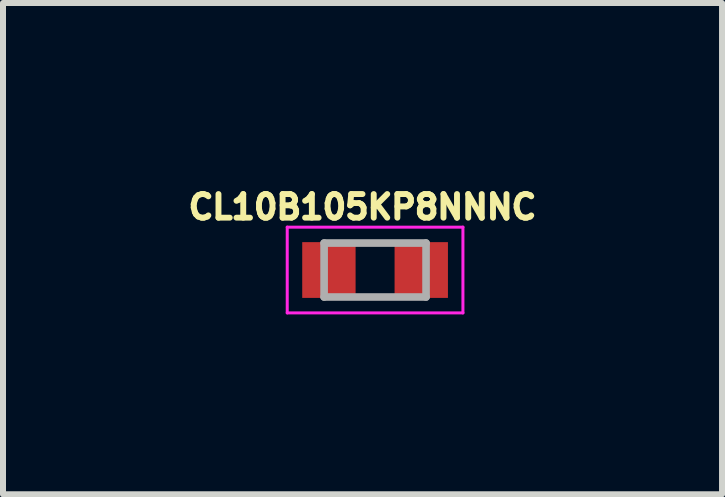
<source format=kicad_pcb>
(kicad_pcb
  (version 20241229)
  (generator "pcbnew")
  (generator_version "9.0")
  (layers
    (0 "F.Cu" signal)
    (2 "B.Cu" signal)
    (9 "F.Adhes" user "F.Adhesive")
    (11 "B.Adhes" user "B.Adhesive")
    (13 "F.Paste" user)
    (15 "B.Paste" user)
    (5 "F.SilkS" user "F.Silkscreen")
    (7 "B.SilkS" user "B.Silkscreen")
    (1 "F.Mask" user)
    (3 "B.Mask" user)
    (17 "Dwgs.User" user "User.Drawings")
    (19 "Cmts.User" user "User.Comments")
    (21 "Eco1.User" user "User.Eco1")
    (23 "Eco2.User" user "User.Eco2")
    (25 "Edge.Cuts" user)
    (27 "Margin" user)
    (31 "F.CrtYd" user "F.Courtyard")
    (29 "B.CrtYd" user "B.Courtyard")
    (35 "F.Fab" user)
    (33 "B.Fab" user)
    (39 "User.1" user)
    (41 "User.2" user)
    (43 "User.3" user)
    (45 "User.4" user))
  (footprint "CL10B105KP8NNNC"
    (layer "F.Cu")
    (at 3.205 1.453)
    (property "Reference" "CL10B105KP8NNNC" (at -0.21 -1.05 0) (layer "F.SilkS") (effects (font (size 0.394 0.394) (thickness 0.15))))
    (attr smd)
    (fp_line (start -1.465 -0.715) (end 1.465 -0.715) (stroke (width 0.05) (type solid)) (layer "F.CrtYd"))
    (fp_line (start -1.465 0.715) (end -1.465 -0.715) (stroke (width 0.05) (type solid)) (layer "F.CrtYd"))
    (fp_line (start -1.465 0.715) (end 1.465 0.715) (stroke (width 0.05) (type solid)) (layer "F.CrtYd"))
    (fp_line (start 1.465 0.715) (end 1.465 -0.715) (stroke (width 0.05) (type solid)) (layer "F.CrtYd"))
    (fp_line (start -0.85 0.45) (end -0.85 -0.45) (stroke (width 0.127) (type solid)) (layer "F.Fab"))
    (fp_line (start 0.85 -0.45) (end -0.85 -0.45) (stroke (width 0.127) (type solid)) (layer "F.Fab"))
    (fp_line (start 0.85 0.45) (end -0.85 0.45) (stroke (width 0.127) (type solid)) (layer "F.Fab"))
    (fp_line (start 0.85 0.45) (end 0.85 -0.45) (stroke (width 0.127) (type solid)) (layer "F.Fab"))
    (pad "1" smd rect (at -0.77 0) (size 0.89 0.93) (layers "F.Cu" "F.Mask" "F.Paste"))
    (pad "2" smd rect (at 0.77 0) (size 0.89 0.93) (layers "F.Cu" "F.Mask" "F.Paste")))
  (gr_rect
    (start -3 -3)
    (end 8.991 5.193)
    (stroke (width 0.1) (type default))
    (fill no)
    (layer "Edge.Cuts")))
</source>
